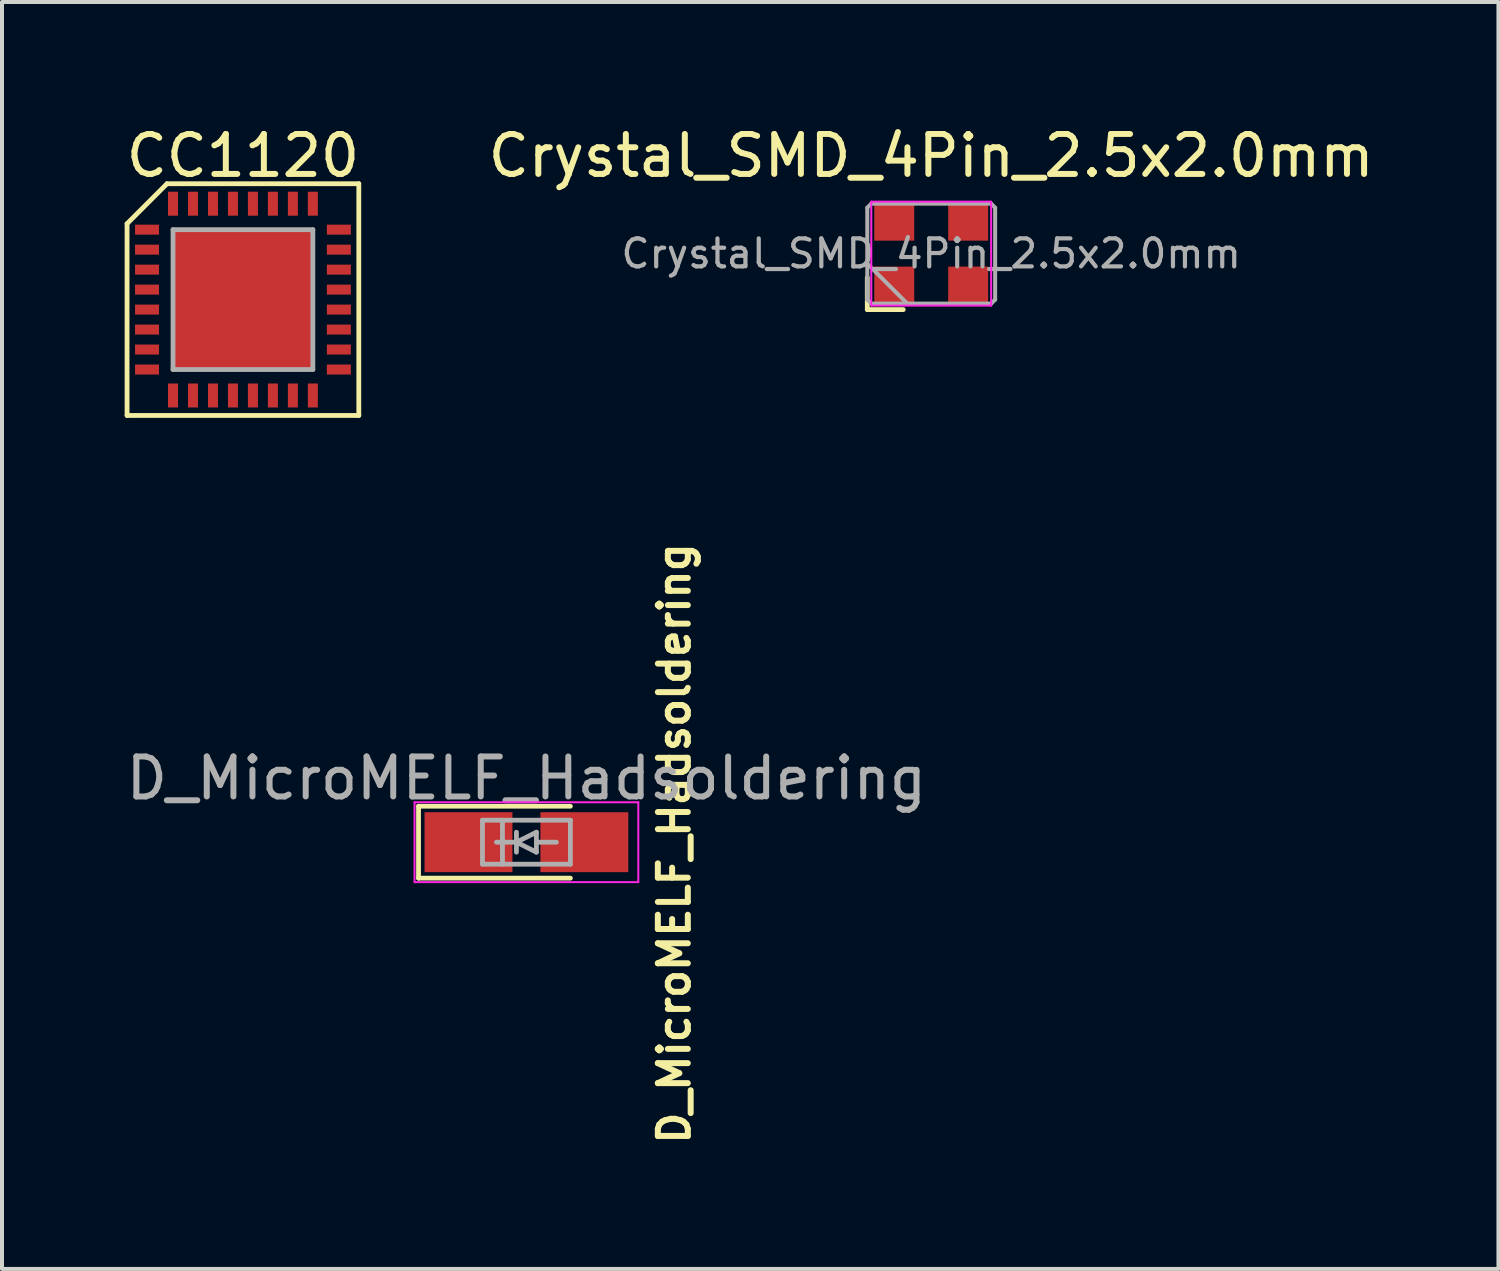
<source format=kicad_pcb>
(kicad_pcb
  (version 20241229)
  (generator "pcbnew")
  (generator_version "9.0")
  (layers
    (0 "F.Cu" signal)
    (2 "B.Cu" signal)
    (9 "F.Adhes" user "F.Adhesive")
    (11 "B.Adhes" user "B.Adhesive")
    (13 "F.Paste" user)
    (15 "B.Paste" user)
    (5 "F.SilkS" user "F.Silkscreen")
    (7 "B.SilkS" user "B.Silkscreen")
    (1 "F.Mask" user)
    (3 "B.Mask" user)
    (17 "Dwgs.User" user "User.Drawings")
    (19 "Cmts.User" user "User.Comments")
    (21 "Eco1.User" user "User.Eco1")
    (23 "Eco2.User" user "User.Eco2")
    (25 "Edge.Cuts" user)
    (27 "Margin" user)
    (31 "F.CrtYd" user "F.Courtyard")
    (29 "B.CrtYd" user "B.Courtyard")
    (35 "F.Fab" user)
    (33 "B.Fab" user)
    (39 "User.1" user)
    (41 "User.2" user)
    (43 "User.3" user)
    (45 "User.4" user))
  (footprint "Crystal_SMD_4Pin_2.5x2.0mm"
    (layer "F.Cu")
    (at 20.256 3.298)
    (property "Reference" "Crystal_SMD_4Pin_2.5x2.0mm" (at 0 -2.45 0) (layer "F.SilkS") (effects (font (size 1 1) (thickness 0.15))))
    (attr smd)
    (fp_line (start -1.6 0.6) (end -1.6 1.4) (stroke (width 0.12) (type solid)) (layer "F.SilkS"))
    (fp_line (start -1.6 1.4) (end -0.7 1.4) (stroke (width 0.12) (type solid)) (layer "F.SilkS"))
    (fp_line (start -1.5 -1.3) (end -1.5 1.3) (stroke (width 0.05) (type solid)) (layer "F.CrtYd"))
    (fp_line (start -1.5 1.3) (end 1.5 1.3) (stroke (width 0.05) (type solid)) (layer "F.CrtYd"))
    (fp_line (start 1.5 -1.3) (end -1.5 -1.3) (stroke (width 0.05) (type solid)) (layer "F.CrtYd"))
    (fp_line (start 1.5 1.3) (end 1.5 -1.3) (stroke (width 0.05) (type solid)) (layer "F.CrtYd"))
    (fp_line (start -1.6 -1.15) (end -1.5 -1.25) (stroke (width 0.1) (type solid)) (layer "F.Fab"))
    (fp_line (start -1.6 0.25) (end -0.6 1.25) (stroke (width 0.1) (type solid)) (layer "F.Fab"))
    (fp_line (start -1.6 1.15) (end -1.6 -1.15) (stroke (width 0.1) (type solid)) (layer "F.Fab"))
    (fp_line (start -1.5 -1.25) (end 1.5 -1.25) (stroke (width 0.1) (type solid)) (layer "F.Fab"))
    (fp_line (start -1.5 1.25) (end -1.6 1.15) (stroke (width 0.1) (type solid)) (layer "F.Fab"))
    (fp_line (start 1.5 -1.25) (end 1.6 -1.15) (stroke (width 0.1) (type solid)) (layer "F.Fab"))
    (fp_line (start 1.5 1.25) (end -1.5 1.25) (stroke (width 0.1) (type solid)) (layer "F.Fab"))
    (fp_line (start 1.6 -1.15) (end 1.6 1.15) (stroke (width 0.1) (type solid)) (layer "F.Fab"))
    (fp_line (start 1.6 1.15) (end 1.5 1.25) (stroke (width 0.1) (type solid)) (layer "F.Fab"))
    (fp_text user "${REFERENCE}" (at 0 0 0) (layer "F.Fab") (effects (font (size 0.7 0.7) (thickness 0.105))))
    (pad "" smd rect (at -0.925 -0.775) (size 1 0.9) (layers "F.Cu" "F.Mask" "F.Paste"))
    (pad "" smd rect (at 0.925 0.775) (size 1 0.9) (layers "F.Cu" "F.Mask" "F.Paste"))
    (pad "1" smd rect (at -0.925 0.775) (size 1 0.9) (layers "F.Cu" "F.Mask" "F.Paste"))
    (pad "2" smd rect (at 0.925 -0.775) (size 1 0.9) (layers "F.Cu" "F.Mask" "F.Paste")))
  (footprint "D_MicroMELF_Hadsoldering"
    (layer "F.Cu")
    (at 10.125 18.028)
    (property "Reference" "D_MicroMELF_Hadsoldering" (at 3.7 0.03 90) (layer "F.SilkS") (effects (font (size 0.75 0.75) (thickness 0.15))))
    (attr smd)
    (fp_line (start -2.7 -0.9) (end -2.7 0.9) (stroke (width 0.12) (type solid)) (layer "F.SilkS"))
    (fp_line (start -2.7 0.9) (end 1.1 0.9) (stroke (width 0.12) (type solid)) (layer "F.SilkS"))
    (fp_line (start 1.1 -0.9) (end -2.7 -0.9) (stroke (width 0.12) (type solid)) (layer "F.SilkS"))
    (fp_line (start -2.8 -1) (end -2.8 1) (stroke (width 0.05) (type solid)) (layer "F.CrtYd"))
    (fp_line (start -2.8 -1) (end 2.8 -1) (stroke (width 0.05) (type solid)) (layer "F.CrtYd"))
    (fp_line (start 2.8 1) (end -2.8 1) (stroke (width 0.05) (type solid)) (layer "F.CrtYd"))
    (fp_line (start 2.8 1) (end 2.8 -1) (stroke (width 0.05) (type solid)) (layer "F.CrtYd"))
    (fp_line (start -1.1 -0.55) (end 1.1 -0.55) (stroke (width 0.12) (type solid)) (layer "F.Fab"))
    (fp_line (start -1.1 0.55) (end -1.1 -0.55) (stroke (width 0.12) (type solid)) (layer "F.Fab"))
    (fp_line (start -0.6 -0.55) (end -0.6 0.55) (stroke (width 0.12) (type solid)) (layer "F.Fab"))
    (fp_line (start -0.25 -0.25) (end -0.25 0.25) (stroke (width 0.12) (type solid)) (layer "F.Fab"))
    (fp_line (start -0.25 0) (end -0.75 0) (stroke (width 0.12) (type solid)) (layer "F.Fab"))
    (fp_line (start -0.25 0) (end 0.25 -0.25) (stroke (width 0.12) (type solid)) (layer "F.Fab"))
    (fp_line (start 0.25 -0.25) (end 0.25 0.25) (stroke (width 0.12) (type solid)) (layer "F.Fab"))
    (fp_line (start 0.25 0) (end 0.75 0) (stroke (width 0.12) (type solid)) (layer "F.Fab"))
    (fp_line (start 0.25 0.25) (end -0.25 0) (stroke (width 0.12) (type solid)) (layer "F.Fab"))
    (fp_line (start 1.1 -0.55) (end 1.1 0.55) (stroke (width 0.12) (type solid)) (layer "F.Fab"))
    (fp_line (start 1.1 0.55) (end -1.1 0.55) (stroke (width 0.12) (type solid)) (layer "F.Fab"))
    (fp_text user "${REFERENCE}" (at 0 -1.6 0) (layer "F.Fab") (effects (font (size 1 1) (thickness 0.15))))
    (pad "1" smd rect (at -1.45 0) (size 2.2 1.5) (layers "F.Cu" "F.Mask" "F.Paste"))
    (pad "2" smd rect (at 1.45 0) (size 2.2 1.5) (layers "F.Cu" "F.Mask" "F.Paste")))
  (footprint "CC1120"
    (layer "F.Cu")
    (at 3.03 4.448)
    (property "Reference" "CC1120" (at 0 -3.6 0) (layer "F.SilkS") (effects (font (size 1 1) (thickness 0.15))))
    (attr smd)
    (fp_line (start -2.9 -1.9) (end -2.9 2.9) (stroke (width 0.12) (type solid)) (layer "F.SilkS"))
    (fp_line (start -2.9 2.9) (end 2.9 2.9) (stroke (width 0.12) (type solid)) (layer "F.SilkS"))
    (fp_line (start -1.9 -2.9) (end -2.9 -1.9) (stroke (width 0.12) (type solid)) (layer "F.SilkS"))
    (fp_line (start 2.9 -2.9) (end -1.9 -2.9) (stroke (width 0.12) (type solid)) (layer "F.SilkS"))
    (fp_line (start 2.9 2.9) (end 2.9 -2.9) (stroke (width 0.12) (type solid)) (layer "F.SilkS"))
    (fp_line (start -1.75 -1.75) (end -1.75 1.75) (stroke (width 0.12) (type solid)) (layer "F.Fab"))
    (fp_line (start -1.75 1.75) (end 1.75 1.75) (stroke (width 0.12) (type solid)) (layer "F.Fab"))
    (fp_line (start 1.75 -1.75) (end -1.75 -1.75) (stroke (width 0.12) (type solid)) (layer "F.Fab"))
    (fp_line (start 1.75 1.75) (end 1.75 -1.75) (stroke (width 0.12) (type solid)) (layer "F.Fab"))
    (pad "1" smd rect (at -2.4 -1.75 90) (size 0.25 0.6) (layers "F.Cu" "F.Mask" "F.Paste"))
    (pad "2" smd rect (at -2.4 -1.25 90) (size 0.25 0.6) (layers "F.Cu" "F.Mask" "F.Paste"))
    (pad "3" smd rect (at -2.4 -0.75 90) (size 0.25 0.6) (layers "F.Cu" "F.Mask" "F.Paste"))
    (pad "4" smd rect (at -2.4 -0.25 90) (size 0.25 0.6) (layers "F.Cu" "F.Mask" "F.Paste"))
    (pad "5" smd rect (at -2.4 0.25 90) (size 0.25 0.6) (layers "F.Cu" "F.Mask" "F.Paste"))
    (pad "6" smd rect (at -2.4 0.75 90) (size 0.25 0.6) (layers "F.Cu" "F.Mask" "F.Paste"))
    (pad "7" smd rect (at -2.4 1.25 90) (size 0.25 0.6) (layers "F.Cu" "F.Mask" "F.Paste"))
    (pad "8" smd rect (at -2.4 1.75 90) (size 0.25 0.6) (layers "F.Cu" "F.Mask" "F.Paste"))
    (pad "9" smd rect (at -1.75 2.4 180) (size 0.25 0.6) (layers "F.Cu" "F.Mask" "F.Paste"))
    (pad "10" smd rect (at -1.25 2.4 180) (size 0.25 0.6) (layers "F.Cu" "F.Mask" "F.Paste"))
    (pad "11" smd rect (at -0.75 2.4 180) (size 0.25 0.6) (layers "F.Cu" "F.Mask" "F.Paste"))
    (pad "12" smd rect (at -0.25 2.4 180) (size 0.25 0.6) (layers "F.Cu" "F.Mask" "F.Paste"))
    (pad "13" smd rect (at 0.25 2.4 180) (size 0.25 0.6) (layers "F.Cu" "F.Mask" "F.Paste"))
    (pad "14" smd rect (at 0.75 2.4 180) (size 0.25 0.6) (layers "F.Cu" "F.Mask" "F.Paste"))
    (pad "15" smd rect (at 1.25 2.4 180) (size 0.25 0.6) (layers "F.Cu" "F.Mask" "F.Paste"))
    (pad "16" smd rect (at 1.75 2.4 180) (size 0.25 0.6) (layers "F.Cu" "F.Mask" "F.Paste"))
    (pad "17" smd rect (at 2.4 1.75 270) (size 0.25 0.6) (layers "F.Cu" "F.Mask" "F.Paste"))
    (pad "18" smd rect (at 2.4 1.25 270) (size 0.25 0.6) (layers "F.Cu" "F.Mask" "F.Paste"))
    (pad "19" smd rect (at 2.4 0.75 270) (size 0.25 0.6) (layers "F.Cu" "F.Mask" "F.Paste"))
    (pad "20" smd rect (at 2.4 0.25 270) (size 0.25 0.6) (layers "F.Cu" "F.Mask" "F.Paste"))
    (pad "21" smd rect (at 2.4 -0.25 270) (size 0.25 0.6) (layers "F.Cu" "F.Mask" "F.Paste"))
    (pad "22" smd rect (at 2.4 -0.75 270) (size 0.25 0.6) (layers "F.Cu" "F.Mask" "F.Paste"))
    (pad "23" smd rect (at 2.4 -1.25 270) (size 0.25 0.6) (layers "F.Cu" "F.Mask" "F.Paste"))
    (pad "24" smd rect (at 2.4 -1.75 270) (size 0.25 0.6) (layers "F.Cu" "F.Mask" "F.Paste"))
    (pad "25" smd rect (at 1.75 -2.4) (size 0.25 0.6) (layers "F.Cu" "F.Mask" "F.Paste"))
    (pad "26" smd rect (at 1.25 -2.4) (size 0.25 0.6) (layers "F.Cu" "F.Mask" "F.Paste"))
    (pad "27" smd rect (at 0.75 -2.4) (size 0.25 0.6) (layers "F.Cu" "F.Mask" "F.Paste"))
    (pad "28" smd rect (at 0.25 -2.4) (size 0.25 0.6) (layers "F.Cu" "F.Mask" "F.Paste"))
    (pad "29" smd rect (at -0.25 -2.4) (size 0.25 0.6) (layers "F.Cu" "F.Mask" "F.Paste"))
    (pad "30" smd rect (at -0.75 -2.4) (size 0.25 0.6) (layers "F.Cu" "F.Mask" "F.Paste"))
    (pad "31" smd rect (at -1.25 -2.4) (size 0.25 0.6) (layers "F.Cu" "F.Mask" "F.Paste"))
    (pad "32" smd rect (at -1.75 -2.4) (size 0.25 0.6) (layers "F.Cu" "F.Mask" "F.Paste"))
    (pad "33" smd rect (at 0 0) (size 3.45 3.45) (layers "F.Cu" "F.Mask" "F.Paste")))
  (gr_rect
    (start -3 -3)
    (end 34.452 28.708)
    (stroke (width 0.1) (type default))
    (fill no)
    (layer "Edge.Cuts")))
</source>
